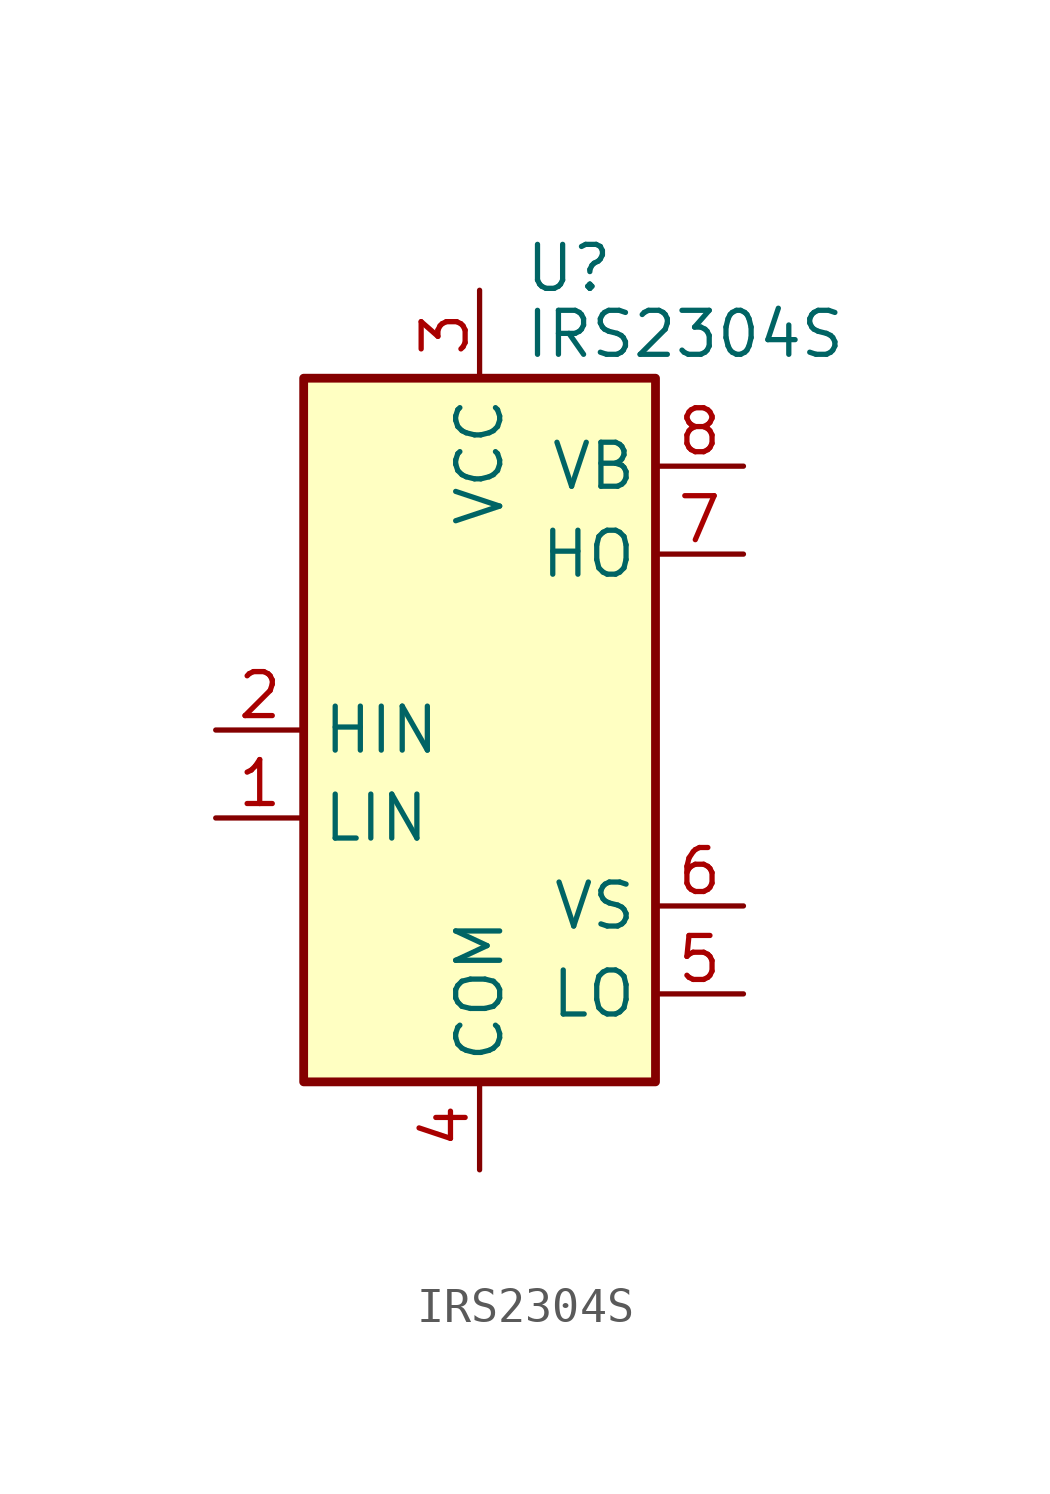
<source format=kicad_sym>
(kicad_symbol_lib
  (version 20220914)
  (generator kicad_db_lib)
  (symbol "IRS2304S"
    (property "Reference" "U"
      (at 1.27 13.335 0)
      (effects (font (size 1.27 1.27)) (justify left)))
    (property "Value" "IRS2304S"
      (at 1.27 11.43 0)
      (effects (font (size 1.27 1.27)) (justify left)))
    (symbol "IRS2304S_0_1"
      (rectangle (start -5.08 -10.16) (end 5.08 10.16) (stroke (width 0.254) (type default)) (fill (type background))))
    (symbol "IRS2304S_1_1"
      (pin input line (at -7.62 -2.54 0) (length 2.54) (name "LIN" (effects (font (size 1.27 1.27)))) (number "1" (effects (font (size 1.27 1.27)))))
      (pin input line (at -7.62 0 0) (length 2.54) (name "HIN" (effects (font (size 1.27 1.27)))) (number "2" (effects (font (size 1.27 1.27)))))
      (pin power_in line (at 0 12.7 270) (length 2.54) (name "VCC" (effects (font (size 1.27 1.27)))) (number "3" (effects (font (size 1.27 1.27)))))
      (pin power_in line (at 0 -12.7 90) (length 2.54) (name "COM" (effects (font (size 1.27 1.27)))) (number "4" (effects (font (size 1.27 1.27)))))
      (pin output line (at 7.62 -7.62 180) (length 2.54) (name "LO" (effects (font (size 1.27 1.27)))) (number "5" (effects (font (size 1.27 1.27)))))
      (pin passive line (at 7.62 -5.08 180) (length 2.54) (name "VS" (effects (font (size 1.27 1.27)))) (number "6" (effects (font (size 1.27 1.27)))))
      (pin output line (at 7.62 5.08 180) (length 2.54) (name "HO" (effects (font (size 1.27 1.27)))) (number "7" (effects (font (size 1.27 1.27)))))
      (pin passive line (at 7.62 7.62 180) (length 2.54) (name "VB" (effects (font (size 1.27 1.27)))) (number "8" (effects (font (size 1.27 1.27))))))))
</source>
